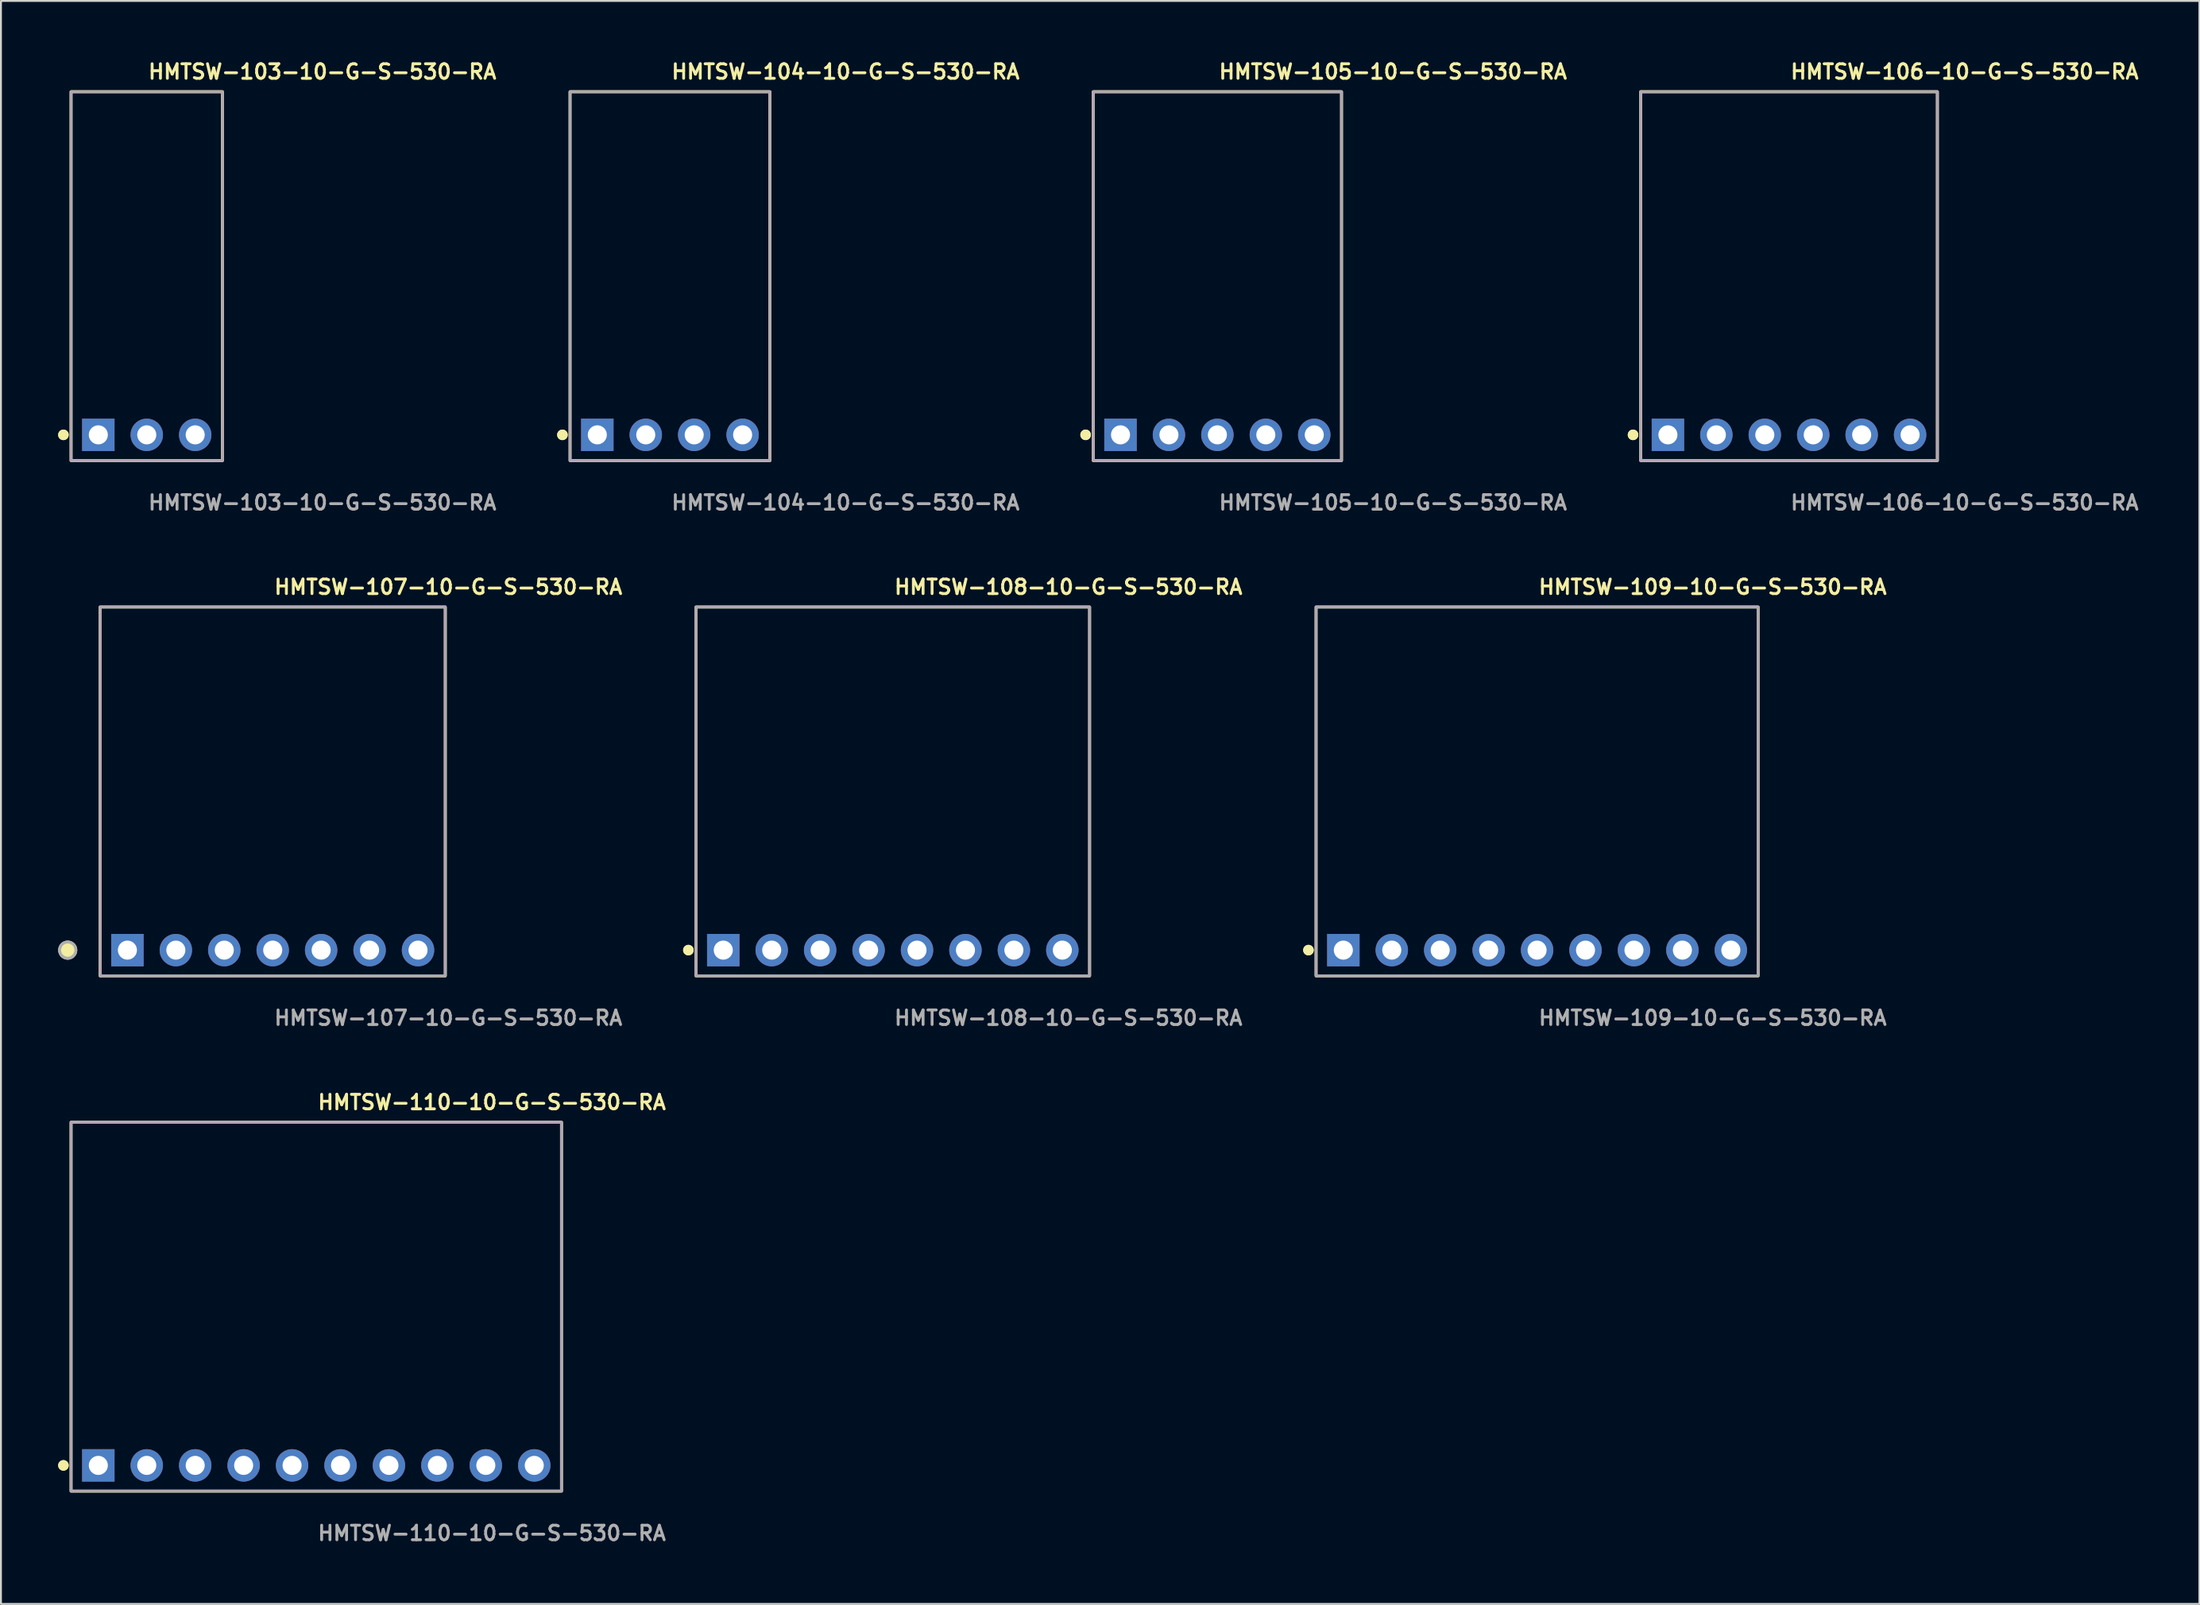
<source format=kicad_pcb>
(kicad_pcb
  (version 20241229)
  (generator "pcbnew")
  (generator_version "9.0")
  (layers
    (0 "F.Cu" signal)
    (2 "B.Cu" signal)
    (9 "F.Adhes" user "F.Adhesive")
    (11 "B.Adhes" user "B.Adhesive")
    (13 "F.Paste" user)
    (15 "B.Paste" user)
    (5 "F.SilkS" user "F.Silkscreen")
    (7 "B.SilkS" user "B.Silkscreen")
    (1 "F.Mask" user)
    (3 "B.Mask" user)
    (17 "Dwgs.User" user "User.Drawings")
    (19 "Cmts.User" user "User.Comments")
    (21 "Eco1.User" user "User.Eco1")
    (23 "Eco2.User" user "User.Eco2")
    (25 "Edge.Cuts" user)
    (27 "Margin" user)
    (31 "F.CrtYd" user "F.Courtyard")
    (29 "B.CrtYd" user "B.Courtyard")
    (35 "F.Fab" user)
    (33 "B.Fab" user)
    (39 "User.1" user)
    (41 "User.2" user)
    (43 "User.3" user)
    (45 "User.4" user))
  (footprint "HMTSW-106-10-G-S-530-RA"
    (layer "F.Cu")
    (at 90.765 19.763)
    (property "Reference" "HMTSW-106-10-G-S-530-RA" (at 0 -19.05 0) (unlocked yes) (layer "F.SilkS") (effects (font (size 0.762 0.762) (thickness 0.152)) (justify left)))
    (fp_rect (start -7.78 1.35) (end 7.78 -18) (stroke (width 0.152) (type solid)) (fill no) (layer "F.SilkS"))
    (fp_circle (center -8.18 0) (end -8.38 0) (stroke (width 0.152) (type solid)) (fill yes) (layer "F.SilkS"))
    (fp_circle (center -8.18 0) (end -8.38 0) (stroke (width 0.152) (type solid)) (fill yes) (layer "F.SilkS"))
    (fp_rect (start -7.78 1.35) (end 7.78 -18) (stroke (width 0.006) (type solid)) (fill no) (layer "F.CrtYd"))
    (fp_rect (start -7.78 1.35) (end 7.78 -18) (stroke (width 0.152) (type solid)) (fill no) (layer "F.Fab"))
    (fp_text user "${REFERENCE}" (at 0 3.556 0) (unlocked yes) (layer "F.Fab") (effects (font (size 0.762 0.762) (thickness 0.152)) (justify left)))
    (pad "1" thru_hole rect (at -6.35 0) (size 1.7 1.7) (drill 1) (layers "*.Cu" "*.Mask"))
    (pad "2" thru_hole circle (at -3.81 0) (size 1.7 1.7) (drill 1) (layers "*.Cu" "*.Mask"))
    (pad "3" thru_hole circle (at -1.27 0) (size 1.7 1.7) (drill 1) (layers "*.Cu" "*.Mask"))
    (pad "4" thru_hole circle (at 1.27 0) (size 1.7 1.7) (drill 1) (layers "*.Cu" "*.Mask"))
    (pad "5" thru_hole circle (at 3.81 0) (size 1.7 1.7) (drill 1) (layers "*.Cu" "*.Mask"))
    (pad "6" thru_hole circle (at 6.35 0) (size 1.7 1.7) (drill 1) (layers "*.Cu" "*.Mask")))
  (footprint "HMTSW-109-10-G-S-530-RA"
    (layer "F.Cu")
    (at 77.554 46.796)
    (property "Reference" "HMTSW-109-10-G-S-530-RA" (at 0 -19.05 0) (unlocked yes) (layer "F.SilkS") (effects (font (size 0.762 0.762) (thickness 0.152)) (justify left)))
    (fp_rect (start -11.59 1.35) (end 11.59 -18) (stroke (width 0.152) (type solid)) (fill no) (layer "F.SilkS"))
    (fp_circle (center -11.99 0) (end -12.19 0) (stroke (width 0.152) (type solid)) (fill yes) (layer "F.SilkS"))
    (fp_circle (center -11.99 0) (end -12.19 0) (stroke (width 0.152) (type solid)) (fill yes) (layer "F.SilkS"))
    (fp_rect (start -11.59 1.35) (end 11.59 -18) (stroke (width 0.006) (type solid)) (fill no) (layer "F.CrtYd"))
    (fp_rect (start -11.59 1.35) (end 11.59 -18) (stroke (width 0.152) (type solid)) (fill no) (layer "F.Fab"))
    (fp_text user "${REFERENCE}" (at 0 3.556 0) (unlocked yes) (layer "F.Fab") (effects (font (size 0.762 0.762) (thickness 0.152)) (justify left)))
    (pad "1" thru_hole rect (at -10.16 0) (size 1.7 1.7) (drill 1) (layers "*.Cu" "*.Mask"))
    (pad "2" thru_hole circle (at -7.62 0) (size 1.7 1.7) (drill 1) (layers "*.Cu" "*.Mask"))
    (pad "3" thru_hole circle (at -5.08 0) (size 1.7 1.7) (drill 1) (layers "*.Cu" "*.Mask"))
    (pad "4" thru_hole circle (at -2.54 0) (size 1.7 1.7) (drill 1) (layers "*.Cu" "*.Mask"))
    (pad "5" thru_hole circle (at 0 0) (size 1.7 1.7) (drill 1) (layers "*.Cu" "*.Mask"))
    (pad "6" thru_hole circle (at 2.54 0) (size 1.7 1.7) (drill 1) (layers "*.Cu" "*.Mask"))
    (pad "7" thru_hole circle (at 5.08 0) (size 1.7 1.7) (drill 1) (layers "*.Cu" "*.Mask"))
    (pad "8" thru_hole circle (at 7.62 0) (size 1.7 1.7) (drill 1) (layers "*.Cu" "*.Mask"))
    (pad "9" thru_hole circle (at 10.16 0) (size 1.7 1.7) (drill 1) (layers "*.Cu" "*.Mask")))
  (footprint "HMTSW-105-10-G-S-530-RA"
    (layer "F.Cu")
    (at 60.789 19.763)
    (property "Reference" "HMTSW-105-10-G-S-530-RA" (at 0 -19.05 0) (unlocked yes) (layer "F.SilkS") (effects (font (size 0.762 0.762) (thickness 0.152)) (justify left)))
    (fp_rect (start -6.51 1.35) (end 6.51 -18) (stroke (width 0.152) (type solid)) (fill no) (layer "F.SilkS"))
    (fp_circle (center -6.91 0) (end -7.11 0) (stroke (width 0.152) (type solid)) (fill yes) (layer "F.SilkS"))
    (fp_circle (center -6.91 0) (end -7.11 0) (stroke (width 0.152) (type solid)) (fill yes) (layer "F.SilkS"))
    (fp_rect (start -6.51 1.35) (end 6.51 -18) (stroke (width 0.006) (type solid)) (fill no) (layer "F.CrtYd"))
    (fp_rect (start -6.51 1.35) (end 6.51 -18) (stroke (width 0.152) (type solid)) (fill no) (layer "F.Fab"))
    (fp_text user "${REFERENCE}" (at 0 3.556 0) (unlocked yes) (layer "F.Fab") (effects (font (size 0.762 0.762) (thickness 0.152)) (justify left)))
    (pad "1" thru_hole rect (at -5.08 0) (size 1.7 1.7) (drill 1) (layers "*.Cu" "*.Mask"))
    (pad "2" thru_hole circle (at -2.54 0) (size 1.7 1.7) (drill 1) (layers "*.Cu" "*.Mask"))
    (pad "3" thru_hole circle (at 0 0) (size 1.7 1.7) (drill 1) (layers "*.Cu" "*.Mask"))
    (pad "4" thru_hole circle (at 2.54 0) (size 1.7 1.7) (drill 1) (layers "*.Cu" "*.Mask"))
    (pad "5" thru_hole circle (at 5.08 0) (size 1.7 1.7) (drill 1) (layers "*.Cu" "*.Mask")))
  (footprint "HMTSW-110-10-G-S-530-RA"
    (layer "F.Cu")
    (at 13.536 73.828)
    (property "Reference" "HMTSW-110-10-G-S-530-RA" (at 0 -19.05 0) (unlocked yes) (layer "F.SilkS") (effects (font (size 0.762 0.762) (thickness 0.152)) (justify left)))
    (fp_rect (start -12.86 1.35) (end 12.86 -18) (stroke (width 0.152) (type solid)) (fill no) (layer "F.SilkS"))
    (fp_circle (center -13.26 0) (end -13.46 0) (stroke (width 0.152) (type solid)) (fill yes) (layer "F.SilkS"))
    (fp_circle (center -13.26 0) (end -13.46 0) (stroke (width 0.152) (type solid)) (fill yes) (layer "F.SilkS"))
    (fp_rect (start -12.86 1.35) (end 12.86 -18) (stroke (width 0.006) (type solid)) (fill no) (layer "F.CrtYd"))
    (fp_rect (start -12.86 1.35) (end 12.86 -18) (stroke (width 0.152) (type solid)) (fill no) (layer "F.Fab"))
    (fp_text user "${REFERENCE}" (at 0 3.556 0) (unlocked yes) (layer "F.Fab") (effects (font (size 0.762 0.762) (thickness 0.152)) (justify left)))
    (pad "1" thru_hole rect (at -11.43 0) (size 1.7 1.7) (drill 1) (layers "*.Cu" "*.Mask"))
    (pad "2" thru_hole circle (at -8.89 0) (size 1.7 1.7) (drill 1) (layers "*.Cu" "*.Mask"))
    (pad "3" thru_hole circle (at -6.35 0) (size 1.7 1.7) (drill 1) (layers "*.Cu" "*.Mask"))
    (pad "4" thru_hole circle (at -3.81 0) (size 1.7 1.7) (drill 1) (layers "*.Cu" "*.Mask"))
    (pad "5" thru_hole circle (at -1.27 0) (size 1.7 1.7) (drill 1) (layers "*.Cu" "*.Mask"))
    (pad "6" thru_hole circle (at 1.27 0) (size 1.7 1.7) (drill 1) (layers "*.Cu" "*.Mask"))
    (pad "7" thru_hole circle (at 3.81 0) (size 1.7 1.7) (drill 1) (layers "*.Cu" "*.Mask"))
    (pad "8" thru_hole circle (at 6.35 0) (size 1.7 1.7) (drill 1) (layers "*.Cu" "*.Mask"))
    (pad "9" thru_hole circle (at 8.89 0) (size 1.7 1.7) (drill 1) (layers "*.Cu" "*.Mask"))
    (pad "10" thru_hole circle (at 11.43 0) (size 1.7 1.7) (drill 1) (layers "*.Cu" "*.Mask")))
  (footprint "HMTSW-104-10-G-S-530-RA"
    (layer "F.Cu")
    (at 32.083 19.763)
    (property "Reference" "HMTSW-104-10-G-S-530-RA" (at 0 -19.05 0) (unlocked yes) (layer "F.SilkS") (effects (font (size 0.762 0.762) (thickness 0.152)) (justify left)))
    (fp_rect (start -5.24 1.35) (end 5.24 -18) (stroke (width 0.152) (type solid)) (fill no) (layer "F.SilkS"))
    (fp_circle (center -5.64 0) (end -5.84 0) (stroke (width 0.152) (type solid)) (fill yes) (layer "F.SilkS"))
    (fp_circle (center -5.64 0) (end -5.84 0) (stroke (width 0.152) (type solid)) (fill yes) (layer "F.SilkS"))
    (fp_rect (start -5.24 1.35) (end 5.24 -18) (stroke (width 0.006) (type solid)) (fill no) (layer "F.CrtYd"))
    (fp_rect (start -5.24 1.35) (end 5.24 -18) (stroke (width 0.152) (type solid)) (fill no) (layer "F.Fab"))
    (fp_text user "${REFERENCE}" (at 0 3.556 0) (unlocked yes) (layer "F.Fab") (effects (font (size 0.762 0.762) (thickness 0.152)) (justify left)))
    (pad "1" thru_hole rect (at -3.81 0) (size 1.7 1.7) (drill 1) (layers "*.Cu" "*.Mask"))
    (pad "2" thru_hole circle (at -1.27 0) (size 1.7 1.7) (drill 1) (layers "*.Cu" "*.Mask"))
    (pad "3" thru_hole circle (at 1.27 0) (size 1.7 1.7) (drill 1) (layers "*.Cu" "*.Mask"))
    (pad "4" thru_hole circle (at 3.81 0) (size 1.7 1.7) (drill 1) (layers "*.Cu" "*.Mask")))
  (footprint "HMTSW-107-10-G-S-530-RA"
    (layer "F.Cu")
    (at 11.251 46.796)
    (property "Reference" "HMTSW-107-10-G-S-530-RA" (at 0 -19.05 0) (unlocked yes) (layer "F.SilkS") (effects (font (size 0.762 0.762) (thickness 0.152)) (justify left)))
    (fp_rect (start -9.05 1.35) (end 9.05 -18) (stroke (width 0.152) (type solid)) (fill no) (layer "F.SilkS"))
    (fp_circle (center -10.75 0) (end -11.175 0) (stroke (width 0.152) (type solid)) (fill yes) (layer "F.SilkS"))
    (fp_rect (start -9.05 1.35) (end 9.05 -18) (stroke (width 0.006) (type solid)) (fill no) (layer "F.CrtYd"))
    (fp_rect (start -9.05 1.35) (end 9.05 -18) (stroke (width 0.152) (type solid)) (fill no) (layer "F.Fab"))
    (fp_circle (center -10.75 0) (end -11.175 0) (stroke (width 0.152) (type solid)) (fill no) (layer "F.Fab"))
    (fp_text user "${REFERENCE}" (at 0 3.556 0) (unlocked yes) (layer "F.Fab") (effects (font (size 0.762 0.762) (thickness 0.152)) (justify left)))
    (pad "1" thru_hole rect (at -7.62 0) (size 1.7 1.7) (drill 1) (layers "*.Cu" "*.Mask"))
    (pad "2" thru_hole circle (at -5.08 0) (size 1.7 1.7) (drill 1) (layers "*.Cu" "*.Mask"))
    (pad "3" thru_hole circle (at -2.54 0) (size 1.7 1.7) (drill 1) (layers "*.Cu" "*.Mask"))
    (pad "4" thru_hole circle (at 0 0) (size 1.7 1.7) (drill 1) (layers "*.Cu" "*.Mask"))
    (pad "5" thru_hole circle (at 2.54 0) (size 1.7 1.7) (drill 1) (layers "*.Cu" "*.Mask"))
    (pad "6" thru_hole circle (at 5.08 0) (size 1.7 1.7) (drill 1) (layers "*.Cu" "*.Mask"))
    (pad "7" thru_hole circle (at 7.62 0) (size 1.7 1.7) (drill 1) (layers "*.Cu" "*.Mask")))
  (footprint "HMTSW-108-10-G-S-530-RA"
    (layer "F.Cu")
    (at 43.768 46.796)
    (property "Reference" "HMTSW-108-10-G-S-530-RA" (at 0 -19.05 0) (unlocked yes) (layer "F.SilkS") (effects (font (size 0.762 0.762) (thickness 0.152)) (justify left)))
    (fp_rect (start -10.32 1.35) (end 10.32 -18) (stroke (width 0.152) (type solid)) (fill no) (layer "F.SilkS"))
    (fp_circle (center -10.72 0) (end -10.92 0) (stroke (width 0.152) (type solid)) (fill yes) (layer "F.SilkS"))
    (fp_circle (center -10.72 0) (end -10.92 0) (stroke (width 0.152) (type solid)) (fill yes) (layer "F.SilkS"))
    (fp_rect (start -10.32 1.35) (end 10.32 -18) (stroke (width 0.006) (type solid)) (fill no) (layer "F.CrtYd"))
    (fp_rect (start -10.32 1.35) (end 10.32 -18) (stroke (width 0.152) (type solid)) (fill no) (layer "F.Fab"))
    (fp_text user "${REFERENCE}" (at 0 3.556 0) (unlocked yes) (layer "F.Fab") (effects (font (size 0.762 0.762) (thickness 0.152)) (justify left)))
    (pad "1" thru_hole rect (at -8.89 0) (size 1.7 1.7) (drill 1) (layers "*.Cu" "*.Mask"))
    (pad "2" thru_hole circle (at -6.35 0) (size 1.7 1.7) (drill 1) (layers "*.Cu" "*.Mask"))
    (pad "3" thru_hole circle (at -3.81 0) (size 1.7 1.7) (drill 1) (layers "*.Cu" "*.Mask"))
    (pad "4" thru_hole circle (at -1.27 0) (size 1.7 1.7) (drill 1) (layers "*.Cu" "*.Mask"))
    (pad "5" thru_hole circle (at 1.27 0) (size 1.7 1.7) (drill 1) (layers "*.Cu" "*.Mask"))
    (pad "6" thru_hole circle (at 3.81 0) (size 1.7 1.7) (drill 1) (layers "*.Cu" "*.Mask"))
    (pad "7" thru_hole circle (at 6.35 0) (size 1.7 1.7) (drill 1) (layers "*.Cu" "*.Mask"))
    (pad "8" thru_hole circle (at 8.89 0) (size 1.7 1.7) (drill 1) (layers "*.Cu" "*.Mask")))
  (footprint "HMTSW-103-10-G-S-530-RA"
    (layer "F.Cu")
    (at 4.646 19.763)
    (property "Reference" "HMTSW-103-10-G-S-530-RA" (at 0 -19.05 0) (unlocked yes) (layer "F.SilkS") (effects (font (size 0.762 0.762) (thickness 0.152)) (justify left)))
    (fp_rect (start -3.97 1.35) (end 3.97 -18) (stroke (width 0.152) (type solid)) (fill no) (layer "F.SilkS"))
    (fp_circle (center -4.37 0) (end -4.57 0) (stroke (width 0.152) (type solid)) (fill yes) (layer "F.SilkS"))
    (fp_circle (center -4.37 0) (end -4.57 0) (stroke (width 0.152) (type solid)) (fill yes) (layer "F.SilkS"))
    (fp_rect (start -3.97 1.35) (end 3.97 -18) (stroke (width 0.006) (type solid)) (fill no) (layer "F.CrtYd"))
    (fp_rect (start -3.97 1.35) (end 3.97 -18) (stroke (width 0.152) (type solid)) (fill no) (layer "F.Fab"))
    (fp_text user "${REFERENCE}" (at 0 3.556 0) (unlocked yes) (layer "F.Fab") (effects (font (size 0.762 0.762) (thickness 0.152)) (justify left)))
    (pad "1" thru_hole rect (at -2.54 0) (size 1.7 1.7) (drill 1) (layers "*.Cu" "*.Mask"))
    (pad "2" thru_hole circle (at 0 0) (size 1.7 1.7) (drill 1) (layers "*.Cu" "*.Mask"))
    (pad "3" thru_hole circle (at 2.54 0) (size 1.7 1.7) (drill 1) (layers "*.Cu" "*.Mask")))
  (gr_rect
    (start -3 -3)
    (end 112.286 81.097)
    (stroke (width 0.1) (type default))
    (fill no)
    (layer "Edge.Cuts")))
</source>
